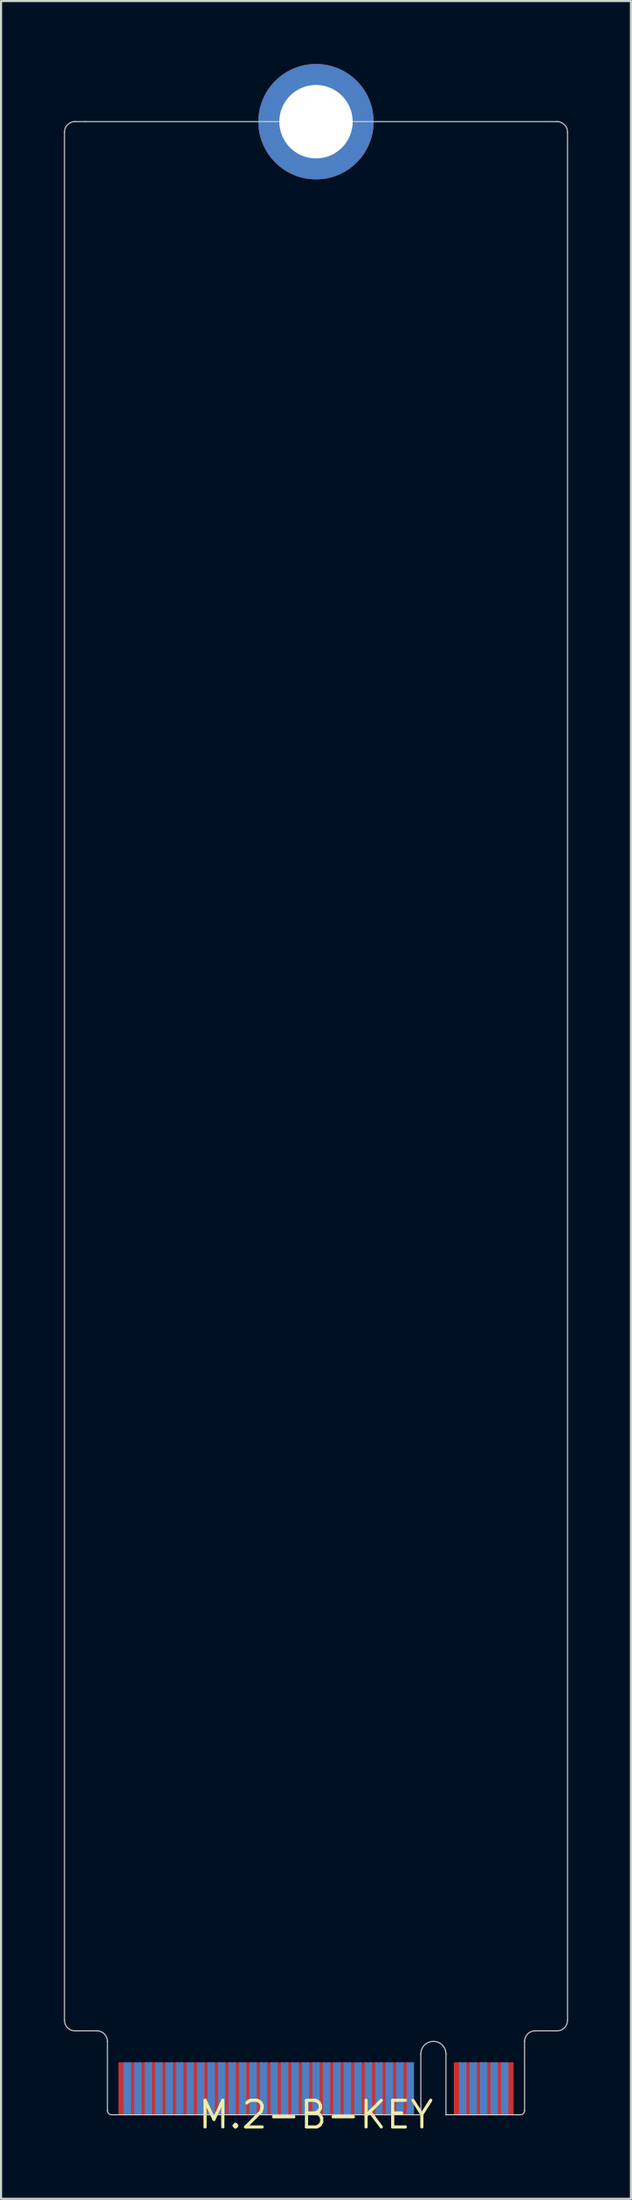
<source format=kicad_pcb>
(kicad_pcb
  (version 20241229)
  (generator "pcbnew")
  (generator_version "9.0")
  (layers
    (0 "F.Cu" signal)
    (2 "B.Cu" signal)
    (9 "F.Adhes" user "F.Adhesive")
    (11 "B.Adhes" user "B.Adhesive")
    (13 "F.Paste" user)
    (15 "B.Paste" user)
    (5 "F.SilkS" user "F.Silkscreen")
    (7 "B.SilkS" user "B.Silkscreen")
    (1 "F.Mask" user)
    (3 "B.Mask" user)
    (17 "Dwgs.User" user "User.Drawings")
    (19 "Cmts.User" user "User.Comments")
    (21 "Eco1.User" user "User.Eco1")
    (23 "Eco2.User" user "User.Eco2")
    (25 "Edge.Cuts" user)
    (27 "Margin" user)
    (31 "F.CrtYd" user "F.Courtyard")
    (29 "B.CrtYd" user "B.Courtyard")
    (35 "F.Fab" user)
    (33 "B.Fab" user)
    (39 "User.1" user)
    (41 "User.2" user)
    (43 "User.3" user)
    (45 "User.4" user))
  (footprint "M.2-B-KEY"
    (layer "F.Cu")
    (at 12.025 97.746)
    (property "Reference" "M.2-B-KEY" (at 0 0 0) (layer "F.SilkS") (effects (font (size 1.27 1.27) (thickness 0.15))))
    (attr through_hole)
    (fp_line (start -12 -94.5) (end -12 -4.5) (stroke (width 0.05) (type solid)) (layer "Edge.Cuts"))
    (fp_line (start -11.5 -4) (end -11 -4) (stroke (width 0.05) (type solid)) (layer "Edge.Cuts"))
    (fp_line (start -11 -95) (end -11.5 -95) (stroke (width 0.05) (type solid)) (layer "Edge.Cuts"))
    (fp_line (start -11 -4) (end -10.45 -4) (stroke (width 0.05) (type solid)) (layer "Edge.Cuts"))
    (fp_line (start -9.95 -3.5) (end -9.95 -0.2) (stroke (width 0.05) (type solid)) (layer "Edge.Cuts"))
    (fp_line (start -9.75 0) (end 5 0) (stroke (width 0.05) (type solid)) (layer "Edge.Cuts"))
    (fp_line (start 5 -2.9) (end 5 0) (stroke (width 0.05) (type solid)) (layer "Edge.Cuts"))
    (fp_line (start 6.2 -2.9) (end 6.2 0) (stroke (width 0.05) (type solid)) (layer "Edge.Cuts"))
    (fp_line (start 6.2 0) (end 9.75 0) (stroke (width 0.05) (type solid)) (layer "Edge.Cuts"))
    (fp_line (start 9.95 -0.2) (end 9.95 -3.5) (stroke (width 0.05) (type solid)) (layer "Edge.Cuts"))
    (fp_line (start 11 -4) (end 10.45 -4) (stroke (width 0.05) (type solid)) (layer "Edge.Cuts"))
    (fp_line (start 11.5 -95) (end -11 -95) (stroke (width 0.05) (type solid)) (layer "Edge.Cuts"))
    (fp_line (start 11.5 -4) (end 11 -4) (stroke (width 0.05) (type solid)) (layer "Edge.Cuts"))
    (fp_line (start 12 -4.5) (end 12 -94.5) (stroke (width 0.05) (type solid)) (layer "Edge.Cuts"))
    (fp_arc (start -12 -94.5) (mid -11.853553 -94.853553) (end -11.5 -95) (stroke (width 0.05) (type solid)) (layer "Edge.Cuts"))
    (fp_arc (start -11.5 -4) (mid -11.853553 -4.146447) (end -12 -4.5) (stroke (width 0.05) (type solid)) (layer "Edge.Cuts"))
    (fp_arc (start -10.45 -4) (mid -10.096447 -3.853553) (end -9.95 -3.5) (stroke (width 0.05) (type solid)) (layer "Edge.Cuts"))
    (fp_arc (start -9.75 0) (mid -9.891421 -0.058579) (end -9.95 -0.2) (stroke (width 0.05) (type solid)) (layer "Edge.Cuts"))
    (fp_arc (start 5 -2.9) (mid 5.175736 -3.324264) (end 5.6 -3.5) (stroke (width 0.05) (type solid)) (layer "Edge.Cuts"))
    (fp_arc (start 5.6 -3.5) (mid 6.024264 -3.324264) (end 6.2 -2.9) (stroke (width 0.05) (type solid)) (layer "Edge.Cuts"))
    (fp_arc (start 9.95 -3.5) (mid 10.096447 -3.853553) (end 10.45 -4) (stroke (width 0.05) (type solid)) (layer "Edge.Cuts"))
    (fp_arc (start 9.95 -0.2) (mid 9.891421 -0.058579) (end 9.75 0) (stroke (width 0.05) (type solid)) (layer "Edge.Cuts"))
    (fp_arc (start 11.5 -95) (mid 11.853553 -94.853553) (end 12 -94.5) (stroke (width 0.05) (type solid)) (layer "Edge.Cuts"))
    (fp_arc (start 12 -4.5) (mid 11.853553 -4.146447) (end 11.5 -4) (stroke (width 0.05) (type solid)) (layer "Edge.Cuts"))
    (pad "MOUNTING-HOLE" thru_hole circle (at 0 -94.996) (size 5.5 5.5) (drill 3.5) (layers "*.Cu" "*.Mask"))
    (pad "P$1" smd rect (at 9.25 -1.25) (size 0.35 2.5) (layers "F.Cu" "F.Mask" "F.Paste"))
    (pad "P$2" smd rect (at 9 -1.25) (size 0.35 2.5) (layers "B.Cu" "B.Mask" "B.Paste"))
    (pad "P$3" smd rect (at 8.75 -1.25) (size 0.35 2.5) (layers "F.Cu" "F.Mask" "F.Paste"))
    (pad "P$4" smd rect (at 8.5 -1.25) (size 0.35 2.5) (layers "B.Cu" "B.Mask" "B.Paste"))
    (pad "P$5" smd rect (at 8.25 -1.25) (size 0.35 2.5) (layers "F.Cu" "F.Mask" "F.Paste"))
    (pad "P$6" smd rect (at 8 -1.25) (size 0.35 2.5) (layers "B.Cu" "B.Mask" "B.Paste"))
    (pad "P$7" smd rect (at 7.75 -1.25) (size 0.35 2.5) (layers "F.Cu" "F.Mask" "F.Paste"))
    (pad "P$8" smd rect (at 7.5 -1.25) (size 0.35 2.5) (layers "B.Cu" "B.Mask" "B.Paste"))
    (pad "P$9" smd rect (at 7.25 -1.25) (size 0.35 2.5) (layers "F.Cu" "F.Mask" "F.Paste"))
    (pad "P$10" smd rect (at 7 -1.25) (size 0.35 2.5) (layers "B.Cu" "B.Mask" "B.Paste"))
    (pad "P$11" smd rect (at 6.75 -1.25) (size 0.35 2.5) (layers "F.Cu" "F.Mask" "F.Paste"))
    (pad "P$20" smd rect (at 4.5 -1.25) (size 0.35 2.5) (layers "B.Cu" "B.Mask" "B.Paste"))
    (pad "P$21" smd rect (at 4.25 -1.25) (size 0.35 2.5) (layers "F.Cu" "F.Mask" "F.Paste"))
    (pad "P$22" smd rect (at 4 -1.25) (size 0.35 2.5) (layers "B.Cu" "B.Mask" "B.Paste"))
    (pad "P$23" smd rect (at 3.75 -1.25) (size 0.35 2.5) (layers "F.Cu" "F.Mask" "F.Paste"))
    (pad "P$24" smd rect (at 3.5 -1.25) (size 0.35 2.5) (layers "B.Cu" "B.Mask" "B.Paste"))
    (pad "P$25" smd rect (at 3.25 -1.25) (size 0.35 2.5) (layers "F.Cu" "F.Mask" "F.Paste"))
    (pad "P$26" smd rect (at 3 -1.25) (size 0.35 2.5) (layers "B.Cu" "B.Mask" "B.Paste"))
    (pad "P$27" smd rect (at 2.75 -1.25) (size 0.35 2.5) (layers "F.Cu" "F.Mask" "F.Paste"))
    (pad "P$28" smd rect (at 2.5 -1.25) (size 0.35 2.5) (layers "B.Cu" "B.Mask" "B.Paste"))
    (pad "P$29" smd rect (at 2.25 -1.25) (size 0.35 2.5) (layers "F.Cu" "F.Mask" "F.Paste"))
    (pad "P$30" smd rect (at 2 -1.25) (size 0.35 2.5) (layers "B.Cu" "B.Mask" "B.Paste"))
    (pad "P$31" smd rect (at 1.75 -1.25) (size 0.35 2.5) (layers "F.Cu" "F.Mask" "F.Paste"))
    (pad "P$32" smd rect (at 1.5 -1.25) (size 0.35 2.5) (layers "B.Cu" "B.Mask" "B.Paste"))
    (pad "P$33" smd rect (at 1.25 -1.25) (size 0.35 2.5) (layers "F.Cu" "F.Mask" "F.Paste"))
    (pad "P$34" smd rect (at 1 -1.25) (size 0.35 2.5) (layers "B.Cu" "B.Mask" "B.Paste"))
    (pad "P$35" smd rect (at 0.75 -1.25) (size 0.35 2.5) (layers "F.Cu" "F.Mask" "F.Paste"))
    (pad "P$36" smd rect (at 0.5 -1.25) (size 0.35 2.5) (layers "B.Cu" "B.Mask" "B.Paste"))
    (pad "P$37" smd rect (at 0.25 -1.25) (size 0.35 2.5) (layers "F.Cu" "F.Mask" "F.Paste"))
    (pad "P$38" smd rect (at 0 -1.25) (size 0.35 2.5) (layers "B.Cu" "B.Mask" "B.Paste"))
    (pad "P$39" smd rect (at -0.25 -1.25) (size 0.35 2.5) (layers "F.Cu" "F.Mask" "F.Paste"))
    (pad "P$40" smd rect (at -0.5 -1.25) (size 0.35 2.5) (layers "B.Cu" "B.Mask" "B.Paste"))
    (pad "P$41" smd rect (at -0.75 -1.25) (size 0.35 2.5) (layers "F.Cu" "F.Mask" "F.Paste"))
    (pad "P$42" smd rect (at -1 -1.25) (size 0.35 2.5) (layers "B.Cu" "B.Mask" "B.Paste"))
    (pad "P$43" smd rect (at -1.25 -1.25) (size 0.35 2.5) (layers "F.Cu" "F.Mask" "F.Paste"))
    (pad "P$44" smd rect (at -1.5 -1.25) (size 0.35 2.5) (layers "B.Cu" "B.Mask" "B.Paste"))
    (pad "P$45" smd rect (at -1.75 -1.25) (size 0.35 2.5) (layers "F.Cu" "F.Mask" "F.Paste"))
    (pad "P$46" smd rect (at -2 -1.25) (size 0.35 2.5) (layers "B.Cu" "B.Mask" "B.Paste"))
    (pad "P$47" smd rect (at -2.25 -1.25) (size 0.35 2.5) (layers "F.Cu" "F.Mask" "F.Paste"))
    (pad "P$48" smd rect (at -2.5 -1.25) (size 0.35 2.5) (layers "B.Cu" "B.Mask" "B.Paste"))
    (pad "P$49" smd rect (at -2.75 -1.25) (size 0.35 2.5) (layers "F.Cu" "F.Mask" "F.Paste"))
    (pad "P$50" smd rect (at -3 -1.25) (size 0.35 2.5) (layers "B.Cu" "B.Mask" "B.Paste"))
    (pad "P$51" smd rect (at -3.25 -1.25) (size 0.35 2.5) (layers "F.Cu" "F.Mask" "F.Paste"))
    (pad "P$52" smd rect (at -3.5 -1.25) (size 0.35 2.5) (layers "B.Cu" "B.Mask" "B.Paste"))
    (pad "P$53" smd rect (at -3.75 -1.25) (size 0.35 2.5) (layers "F.Cu" "F.Mask" "F.Paste"))
    (pad "P$54" smd rect (at -4 -1.25) (size 0.35 2.5) (layers "B.Cu" "B.Mask" "B.Paste"))
    (pad "P$55" smd rect (at -4.25 -1.25) (size 0.35 2.5) (layers "F.Cu" "F.Mask" "F.Paste"))
    (pad "P$56" smd rect (at -4.5 -1.25) (size 0.35 2.5) (layers "B.Cu" "B.Mask" "B.Paste"))
    (pad "P$57" smd rect (at -4.75 -1.25) (size 0.35 2.5) (layers "F.Cu" "F.Mask" "F.Paste"))
    (pad "P$58" smd rect (at -5 -1.25) (size 0.35 2.5) (layers "B.Cu" "B.Mask" "B.Paste"))
    (pad "P$59" smd rect (at -5.25 -1.25) (size 0.35 2.5) (layers "F.Cu" "F.Mask" "F.Paste"))
    (pad "P$60" smd rect (at -5.5 -1.25) (size 0.35 2.5) (layers "B.Cu" "B.Mask" "B.Paste"))
    (pad "P$61" smd rect (at -5.75 -1.25) (size 0.35 2.5) (layers "F.Cu" "F.Mask" "F.Paste"))
    (pad "P$62" smd rect (at -6 -1.25) (size 0.35 2.5) (layers "B.Cu" "B.Mask" "B.Paste"))
    (pad "P$63" smd rect (at -6.25 -1.25) (size 0.35 2.5) (layers "F.Cu" "F.Mask" "F.Paste"))
    (pad "P$64" smd rect (at -6.5 -1.25) (size 0.35 2.5) (layers "B.Cu" "B.Mask" "B.Paste"))
    (pad "P$65" smd rect (at -6.75 -1.25) (size 0.35 2.5) (layers "F.Cu" "F.Mask" "F.Paste"))
    (pad "P$66" smd rect (at -7 -1.25) (size 0.35 2.5) (layers "B.Cu" "B.Mask" "B.Paste"))
    (pad "P$67" smd rect (at -7.25 -1.25) (size 0.35 2.5) (layers "F.Cu" "F.Mask" "F.Paste"))
    (pad "P$68" smd rect (at -7.5 -1.25) (size 0.35 2.5) (layers "B.Cu" "B.Mask" "B.Paste"))
    (pad "P$69" smd rect (at -7.75 -1.25) (size 0.35 2.5) (layers "F.Cu" "F.Mask" "F.Paste"))
    (pad "P$70" smd rect (at -8 -1.25) (size 0.35 2.5) (layers "B.Cu" "B.Mask" "B.Paste"))
    (pad "P$71" smd rect (at -8.25 -1.25) (size 0.35 2.5) (layers "F.Cu" "F.Mask" "F.Paste"))
    (pad "P$72" smd rect (at -8.5 -1.25) (size 0.35 2.5) (layers "B.Cu" "B.Mask" "B.Paste"))
    (pad "P$73" smd rect (at -8.75 -1.25) (size 0.35 2.5) (layers "F.Cu" "F.Mask" "F.Paste"))
    (pad "P$74" smd rect (at -9 -1.25) (size 0.35 2.5) (layers "B.Cu" "B.Mask" "B.Paste"))
    (pad "P$75" smd rect (at -9.25 -1.25) (size 0.35 2.5) (layers "F.Cu" "F.Mask" "F.Paste")))
  (gr_rect
    (start -3 -3)
    (end 27.05 101.752)
    (stroke (width 0.1) (type default))
    (fill no)
    (layer "Edge.Cuts")))
</source>
